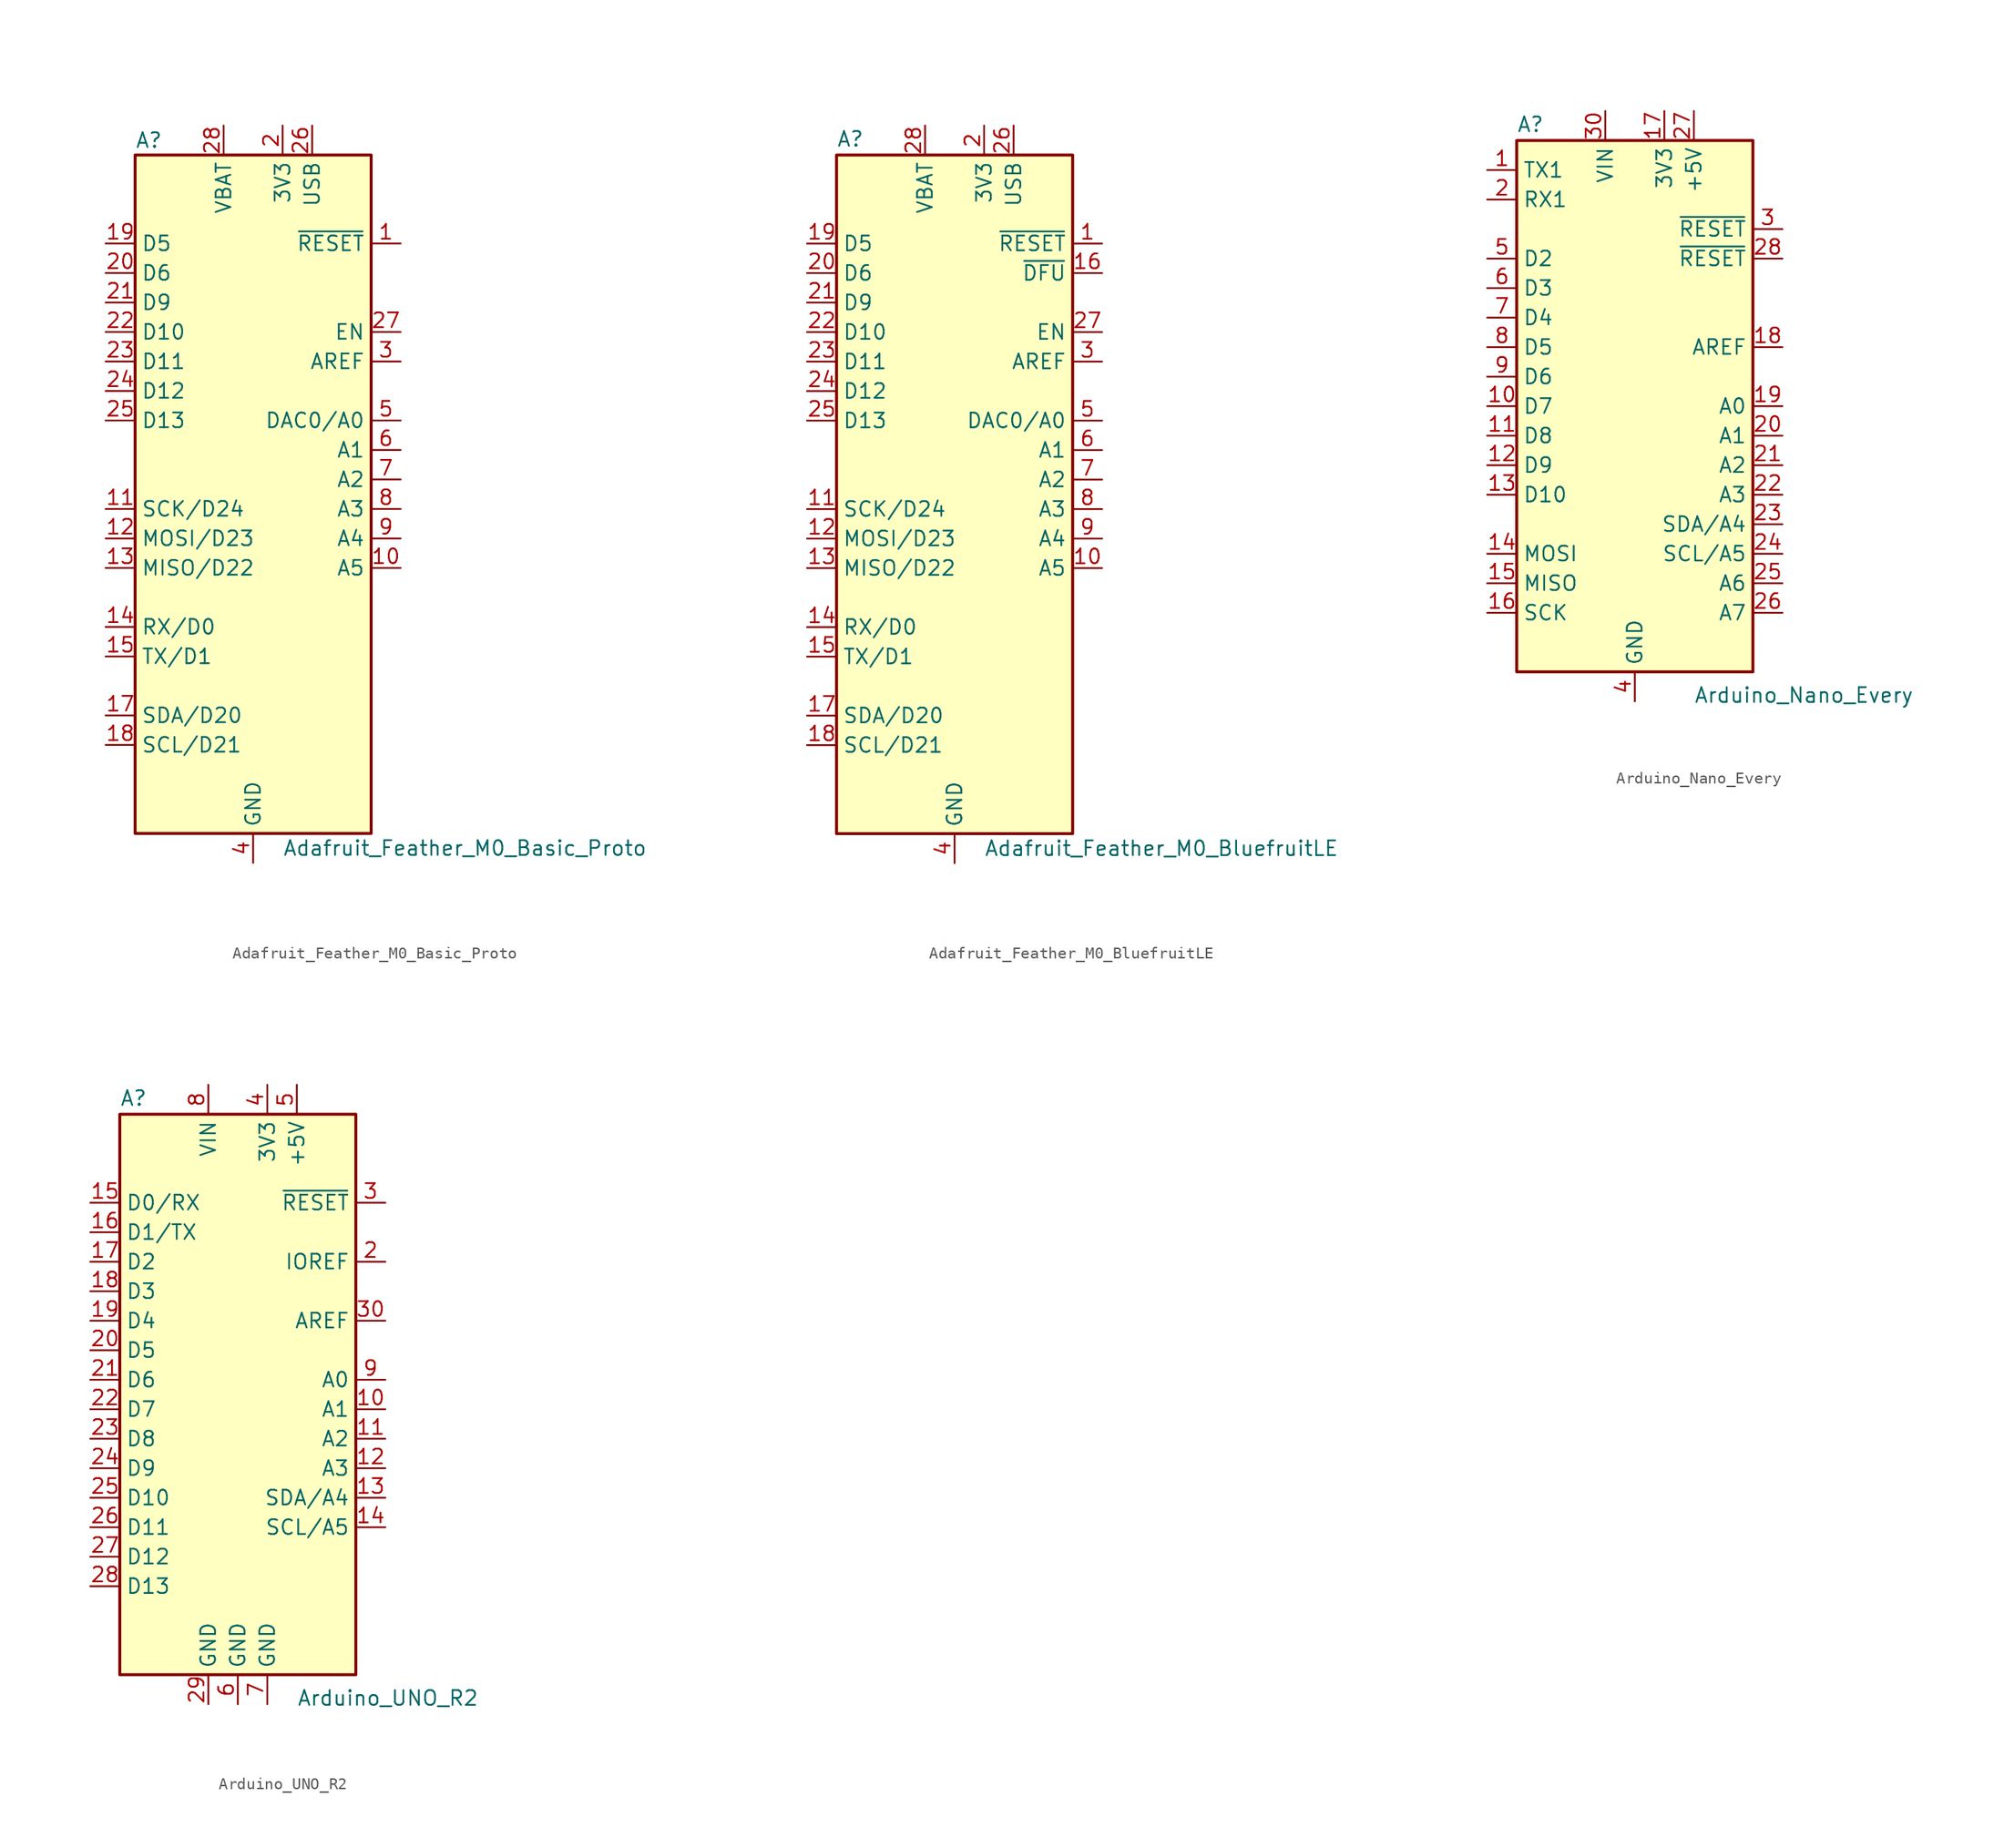
<source format=kicad_sym>
(kicad_symbol_lib
  (version 20211014)
  (generator kicad_symbol_editor)
  (symbol "Adafruit_Feather_M0_Basic_Proto"
    (property "Reference" "A"
      (at -10.16 29.21 0)
      (effects (font (size 1.27 1.27)) (justify left)))
    (property "Value" "Adafruit_Feather_M0_Basic_Proto"
      (at 2.54 -31.75 0)
      (effects (font (size 1.27 1.27)) (justify left)))
    (symbol "Adafruit_Feather_M0_Basic_Proto_0_1"
      (rectangle (start -10.16 27.94) (end 10.16 -30.48) (stroke (width 0.254) (type default) (color 0 0 0 0)) (fill (type background))))
    (symbol "Adafruit_Feather_M0_Basic_Proto_1_1"
      (pin input line (at 12.7 20.32 180) (length 2.54) (name "~{RESET}" (effects (font (size 1.27 1.27)))) (number "1" (effects (font (size 1.27 1.27)))))
      (pin bidirectional line (at 12.7 -7.62 180) (length 2.54) (name "A5" (effects (font (size 1.27 1.27)))) (number "10" (effects (font (size 1.27 1.27)))))
      (pin bidirectional line (at -12.7 -2.54 0) (length 2.54) (name "SCK/D24" (effects (font (size 1.27 1.27)))) (number "11" (effects (font (size 1.27 1.27)))))
      (pin bidirectional line (at -12.7 -5.08 0) (length 2.54) (name "MOSI/D23" (effects (font (size 1.27 1.27)))) (number "12" (effects (font (size 1.27 1.27)))))
      (pin bidirectional line (at -12.7 -7.62 0) (length 2.54) (name "MISO/D22" (effects (font (size 1.27 1.27)))) (number "13" (effects (font (size 1.27 1.27)))))
      (pin bidirectional line (at -12.7 -12.7 0) (length 2.54) (name "RX/D0" (effects (font (size 1.27 1.27)))) (number "14" (effects (font (size 1.27 1.27)))))
      (pin bidirectional line (at -12.7 -15.24 0) (length 2.54) (name "TX/D1" (effects (font (size 1.27 1.27)))) (number "15" (effects (font (size 1.27 1.27)))))
      (pin passive line (at 0 -33.02 90) (length 2.54) hide (name "GND" (effects (font (size 1.27 1.27)))) (number "16" (effects (font (size 1.27 1.27)))))
      (pin bidirectional line (at -12.7 -20.32 0) (length 2.54) (name "SDA/D20" (effects (font (size 1.27 1.27)))) (number "17" (effects (font (size 1.27 1.27)))))
      (pin bidirectional line (at -12.7 -22.86 0) (length 2.54) (name "SCL/D21" (effects (font (size 1.27 1.27)))) (number "18" (effects (font (size 1.27 1.27)))))
      (pin bidirectional line (at -12.7 20.32 0) (length 2.54) (name "D5" (effects (font (size 1.27 1.27)))) (number "19" (effects (font (size 1.27 1.27)))))
      (pin power_in line (at 2.54 30.48 270) (length 2.54) (name "3V3" (effects (font (size 1.27 1.27)))) (number "2" (effects (font (size 1.27 1.27)))))
      (pin bidirectional line (at -12.7 17.78 0) (length 2.54) (name "D6" (effects (font (size 1.27 1.27)))) (number "20" (effects (font (size 1.27 1.27)))))
      (pin bidirectional line (at -12.7 15.24 0) (length 2.54) (name "D9" (effects (font (size 1.27 1.27)))) (number "21" (effects (font (size 1.27 1.27)))))
      (pin bidirectional line (at -12.7 12.7 0) (length 2.54) (name "D10" (effects (font (size 1.27 1.27)))) (number "22" (effects (font (size 1.27 1.27)))))
      (pin bidirectional line (at -12.7 10.16 0) (length 2.54) (name "D11" (effects (font (size 1.27 1.27)))) (number "23" (effects (font (size 1.27 1.27)))))
      (pin bidirectional line (at -12.7 7.62 0) (length 2.54) (name "D12" (effects (font (size 1.27 1.27)))) (number "24" (effects (font (size 1.27 1.27)))))
      (pin bidirectional line (at -12.7 5.08 0) (length 2.54) (name "D13" (effects (font (size 1.27 1.27)))) (number "25" (effects (font (size 1.27 1.27)))))
      (pin power_in line (at 5.08 30.48 270) (length 2.54) (name "USB" (effects (font (size 1.27 1.27)))) (number "26" (effects (font (size 1.27 1.27)))))
      (pin input line (at 12.7 12.7 180) (length 2.54) (name "EN" (effects (font (size 1.27 1.27)))) (number "27" (effects (font (size 1.27 1.27)))))
      (pin power_in line (at -2.54 30.48 270) (length 2.54) (name "VBAT" (effects (font (size 1.27 1.27)))) (number "28" (effects (font (size 1.27 1.27)))))
      (pin input line (at 12.7 10.16 180) (length 2.54) (name "AREF" (effects (font (size 1.27 1.27)))) (number "3" (effects (font (size 1.27 1.27)))))
      (pin power_in line (at 0 -33.02 90) (length 2.54) (name "GND" (effects (font (size 1.27 1.27)))) (number "4" (effects (font (size 1.27 1.27)))))
      (pin bidirectional line (at 12.7 5.08 180) (length 2.54) (name "DAC0/A0" (effects (font (size 1.27 1.27)))) (number "5" (effects (font (size 1.27 1.27)))))
      (pin bidirectional line (at 12.7 2.54 180) (length 2.54) (name "A1" (effects (font (size 1.27 1.27)))) (number "6" (effects (font (size 1.27 1.27)))))
      (pin bidirectional line (at 12.7 0 180) (length 2.54) (name "A2" (effects (font (size 1.27 1.27)))) (number "7" (effects (font (size 1.27 1.27)))))
      (pin bidirectional line (at 12.7 -2.54 180) (length 2.54) (name "A3" (effects (font (size 1.27 1.27)))) (number "8" (effects (font (size 1.27 1.27)))))
      (pin bidirectional line (at 12.7 -5.08 180) (length 2.54) (name "A4" (effects (font (size 1.27 1.27)))) (number "9" (effects (font (size 1.27 1.27)))))))
  (symbol "Adafruit_Feather_M0_BluefruitLE"
    (property "Reference" "A"
      (at -10.16 28.575 0)
      (effects (font (size 1.27 1.27)) (justify left bottom)))
    (property "Value" "Adafruit_Feather_M0_BluefruitLE"
      (at 2.54 -31.75 0)
      (effects (font (size 1.27 1.27)) (justify left)))
    (symbol "Adafruit_Feather_M0_BluefruitLE_0_1"
      (rectangle (start -10.16 27.94) (end 10.16 -30.48) (stroke (width 0.254) (type default) (color 0 0 0 0)) (fill (type background))))
    (symbol "Adafruit_Feather_M0_BluefruitLE_1_1"
      (pin input line (at 12.7 20.32 180) (length 2.54) (name "~{RESET}" (effects (font (size 1.27 1.27)))) (number "1" (effects (font (size 1.27 1.27)))))
      (pin bidirectional line (at 12.7 -7.62 180) (length 2.54) (name "A5" (effects (font (size 1.27 1.27)))) (number "10" (effects (font (size 1.27 1.27)))))
      (pin bidirectional line (at -12.7 -2.54 0) (length 2.54) (name "SCK/D24" (effects (font (size 1.27 1.27)))) (number "11" (effects (font (size 1.27 1.27)))))
      (pin bidirectional line (at -12.7 -5.08 0) (length 2.54) (name "MOSI/D23" (effects (font (size 1.27 1.27)))) (number "12" (effects (font (size 1.27 1.27)))))
      (pin bidirectional line (at -12.7 -7.62 0) (length 2.54) (name "MISO/D22" (effects (font (size 1.27 1.27)))) (number "13" (effects (font (size 1.27 1.27)))))
      (pin bidirectional line (at -12.7 -12.7 0) (length 2.54) (name "RX/D0" (effects (font (size 1.27 1.27)))) (number "14" (effects (font (size 1.27 1.27)))))
      (pin bidirectional line (at -12.7 -15.24 0) (length 2.54) (name "TX/D1" (effects (font (size 1.27 1.27)))) (number "15" (effects (font (size 1.27 1.27)))))
      (pin input line (at 12.7 17.78 180) (length 2.54) (name "~{DFU}" (effects (font (size 1.27 1.27)))) (number "16" (effects (font (size 1.27 1.27)))))
      (pin bidirectional line (at -12.7 -20.32 0) (length 2.54) (name "SDA/D20" (effects (font (size 1.27 1.27)))) (number "17" (effects (font (size 1.27 1.27)))))
      (pin bidirectional line (at -12.7 -22.86 0) (length 2.54) (name "SCL/D21" (effects (font (size 1.27 1.27)))) (number "18" (effects (font (size 1.27 1.27)))))
      (pin bidirectional line (at -12.7 20.32 0) (length 2.54) (name "D5" (effects (font (size 1.27 1.27)))) (number "19" (effects (font (size 1.27 1.27)))))
      (pin power_in line (at 2.54 30.48 270) (length 2.54) (name "3V3" (effects (font (size 1.27 1.27)))) (number "2" (effects (font (size 1.27 1.27)))))
      (pin bidirectional line (at -12.7 17.78 0) (length 2.54) (name "D6" (effects (font (size 1.27 1.27)))) (number "20" (effects (font (size 1.27 1.27)))))
      (pin bidirectional line (at -12.7 15.24 0) (length 2.54) (name "D9" (effects (font (size 1.27 1.27)))) (number "21" (effects (font (size 1.27 1.27)))))
      (pin bidirectional line (at -12.7 12.7 0) (length 2.54) (name "D10" (effects (font (size 1.27 1.27)))) (number "22" (effects (font (size 1.27 1.27)))))
      (pin bidirectional line (at -12.7 10.16 0) (length 2.54) (name "D11" (effects (font (size 1.27 1.27)))) (number "23" (effects (font (size 1.27 1.27)))))
      (pin bidirectional line (at -12.7 7.62 0) (length 2.54) (name "D12" (effects (font (size 1.27 1.27)))) (number "24" (effects (font (size 1.27 1.27)))))
      (pin bidirectional line (at -12.7 5.08 0) (length 2.54) (name "D13" (effects (font (size 1.27 1.27)))) (number "25" (effects (font (size 1.27 1.27)))))
      (pin power_in line (at 5.08 30.48 270) (length 2.54) (name "USB" (effects (font (size 1.27 1.27)))) (number "26" (effects (font (size 1.27 1.27)))))
      (pin input line (at 12.7 12.7 180) (length 2.54) (name "EN" (effects (font (size 1.27 1.27)))) (number "27" (effects (font (size 1.27 1.27)))))
      (pin power_in line (at -2.54 30.48 270) (length 2.54) (name "VBAT" (effects (font (size 1.27 1.27)))) (number "28" (effects (font (size 1.27 1.27)))))
      (pin input line (at 12.7 10.16 180) (length 2.54) (name "AREF" (effects (font (size 1.27 1.27)))) (number "3" (effects (font (size 1.27 1.27)))))
      (pin power_in line (at 0 -33.02 90) (length 2.54) (name "GND" (effects (font (size 1.27 1.27)))) (number "4" (effects (font (size 1.27 1.27)))))
      (pin bidirectional line (at 12.7 5.08 180) (length 2.54) (name "DAC0/A0" (effects (font (size 1.27 1.27)))) (number "5" (effects (font (size 1.27 1.27)))))
      (pin bidirectional line (at 12.7 2.54 180) (length 2.54) (name "A1" (effects (font (size 1.27 1.27)))) (number "6" (effects (font (size 1.27 1.27)))))
      (pin bidirectional line (at 12.7 0 180) (length 2.54) (name "A2" (effects (font (size 1.27 1.27)))) (number "7" (effects (font (size 1.27 1.27)))))
      (pin bidirectional line (at 12.7 -2.54 180) (length 2.54) (name "A3" (effects (font (size 1.27 1.27)))) (number "8" (effects (font (size 1.27 1.27)))))
      (pin bidirectional line (at 12.7 -5.08 180) (length 2.54) (name "A4" (effects (font (size 1.27 1.27)))) (number "9" (effects (font (size 1.27 1.27)))))))
  (symbol "Arduino_Nano_Every"
    (property "Reference" "A"
      (at -10.16 23.495 0)
      (effects (font (size 1.27 1.27)) (justify left bottom)))
    (property "Value" "Arduino_Nano_Every"
      (at 5.08 -24.13 0)
      (effects (font (size 1.27 1.27)) (justify left top)))
    (symbol "Arduino_Nano_Every_0_1"
      (rectangle (start -10.16 22.86) (end 10.16 -22.86) (stroke (width 0.254) (type default) (color 0 0 0 0)) (fill (type background))))
    (symbol "Arduino_Nano_Every_1_1"
      (pin bidirectional line (at -12.7 20.32 0) (length 2.54) (name "TX1" (effects (font (size 1.27 1.27)))) (number "1" (effects (font (size 1.27 1.27)))))
      (pin bidirectional line (at -12.7 0 0) (length 2.54) (name "D7" (effects (font (size 1.27 1.27)))) (number "10" (effects (font (size 1.27 1.27)))))
      (pin bidirectional line (at -12.7 -2.54 0) (length 2.54) (name "D8" (effects (font (size 1.27 1.27)))) (number "11" (effects (font (size 1.27 1.27)))))
      (pin bidirectional line (at -12.7 -5.08 0) (length 2.54) (name "D9" (effects (font (size 1.27 1.27)))) (number "12" (effects (font (size 1.27 1.27)))))
      (pin bidirectional line (at -12.7 -7.62 0) (length 2.54) (name "D10" (effects (font (size 1.27 1.27)))) (number "13" (effects (font (size 1.27 1.27)))))
      (pin bidirectional line (at -12.7 -12.7 0) (length 2.54) (name "MOSI" (effects (font (size 1.27 1.27)))) (number "14" (effects (font (size 1.27 1.27)))))
      (pin bidirectional line (at -12.7 -15.24 0) (length 2.54) (name "MISO" (effects (font (size 1.27 1.27)))) (number "15" (effects (font (size 1.27 1.27)))))
      (pin bidirectional line (at -12.7 -17.78 0) (length 2.54) (name "SCK" (effects (font (size 1.27 1.27)))) (number "16" (effects (font (size 1.27 1.27)))))
      (pin power_out line (at 2.54 25.4 270) (length 2.54) (name "3V3" (effects (font (size 1.27 1.27)))) (number "17" (effects (font (size 1.27 1.27)))))
      (pin input line (at 12.7 5.08 180) (length 2.54) (name "AREF" (effects (font (size 1.27 1.27)))) (number "18" (effects (font (size 1.27 1.27)))))
      (pin bidirectional line (at 12.7 0 180) (length 2.54) (name "A0" (effects (font (size 1.27 1.27)))) (number "19" (effects (font (size 1.27 1.27)))))
      (pin bidirectional line (at -12.7 17.78 0) (length 2.54) (name "RX1" (effects (font (size 1.27 1.27)))) (number "2" (effects (font (size 1.27 1.27)))))
      (pin bidirectional line (at 12.7 -2.54 180) (length 2.54) (name "A1" (effects (font (size 1.27 1.27)))) (number "20" (effects (font (size 1.27 1.27)))))
      (pin bidirectional line (at 12.7 -5.08 180) (length 2.54) (name "A2" (effects (font (size 1.27 1.27)))) (number "21" (effects (font (size 1.27 1.27)))))
      (pin bidirectional line (at 12.7 -7.62 180) (length 2.54) (name "A3" (effects (font (size 1.27 1.27)))) (number "22" (effects (font (size 1.27 1.27)))))
      (pin bidirectional line (at 12.7 -10.16 180) (length 2.54) (name "SDA/A4" (effects (font (size 1.27 1.27)))) (number "23" (effects (font (size 1.27 1.27)))))
      (pin bidirectional line (at 12.7 -12.7 180) (length 2.54) (name "SCL/A5" (effects (font (size 1.27 1.27)))) (number "24" (effects (font (size 1.27 1.27)))))
      (pin bidirectional line (at 12.7 -15.24 180) (length 2.54) (name "A6" (effects (font (size 1.27 1.27)))) (number "25" (effects (font (size 1.27 1.27)))))
      (pin bidirectional line (at 12.7 -17.78 180) (length 2.54) (name "A7" (effects (font (size 1.27 1.27)))) (number "26" (effects (font (size 1.27 1.27)))))
      (pin power_out line (at 5.08 25.4 270) (length 2.54) (name "+5V" (effects (font (size 1.27 1.27)))) (number "27" (effects (font (size 1.27 1.27)))))
      (pin input line (at 12.7 12.7 180) (length 2.54) (name "~{RESET}" (effects (font (size 1.27 1.27)))) (number "28" (effects (font (size 1.27 1.27)))))
      (pin passive line (at 0 -25.4 90) (length 2.54) hide (name "GND" (effects (font (size 1.27 1.27)))) (number "29" (effects (font (size 1.27 1.27)))))
      (pin input line (at 12.7 15.24 180) (length 2.54) (name "~{RESET}" (effects (font (size 1.27 1.27)))) (number "3" (effects (font (size 1.27 1.27)))))
      (pin power_in line (at -2.54 25.4 270) (length 2.54) (name "VIN" (effects (font (size 1.27 1.27)))) (number "30" (effects (font (size 1.27 1.27)))))
      (pin power_in line (at 0 -25.4 90) (length 2.54) (name "GND" (effects (font (size 1.27 1.27)))) (number "4" (effects (font (size 1.27 1.27)))))
      (pin bidirectional line (at -12.7 12.7 0) (length 2.54) (name "D2" (effects (font (size 1.27 1.27)))) (number "5" (effects (font (size 1.27 1.27)))))
      (pin bidirectional line (at -12.7 10.16 0) (length 2.54) (name "D3" (effects (font (size 1.27 1.27)))) (number "6" (effects (font (size 1.27 1.27)))))
      (pin bidirectional line (at -12.7 7.62 0) (length 2.54) (name "D4" (effects (font (size 1.27 1.27)))) (number "7" (effects (font (size 1.27 1.27)))))
      (pin bidirectional line (at -12.7 5.08 0) (length 2.54) (name "D5" (effects (font (size 1.27 1.27)))) (number "8" (effects (font (size 1.27 1.27)))))
      (pin bidirectional line (at -12.7 2.54 0) (length 2.54) (name "D6" (effects (font (size 1.27 1.27)))) (number "9" (effects (font (size 1.27 1.27)))))))
  (symbol "Arduino_UNO_R2"
    (property "Reference" "A"
      (at -10.16 23.495 0)
      (effects (font (size 1.27 1.27)) (justify left bottom)))
    (property "Value" "Arduino_UNO_R2"
      (at 5.08 -26.67 0)
      (effects (font (size 1.27 1.27)) (justify left top)))
    (symbol "Arduino_UNO_R2_0_1"
      (rectangle (start -10.16 22.86) (end 10.16 -25.4) (stroke (width 0.254) (type default) (color 0 0 0 0)) (fill (type background))))
    (symbol "Arduino_UNO_R2_1_1"
      (pin no_connect line (at -10.16 -20.32 0) (length 2.54) hide (name "NC" (effects (font (size 1.27 1.27)))) (number "1" (effects (font (size 1.27 1.27)))))
      (pin bidirectional line (at 12.7 -2.54 180) (length 2.54) (name "A1" (effects (font (size 1.27 1.27)))) (number "10" (effects (font (size 1.27 1.27)))))
      (pin bidirectional line (at 12.7 -5.08 180) (length 2.54) (name "A2" (effects (font (size 1.27 1.27)))) (number "11" (effects (font (size 1.27 1.27)))))
      (pin bidirectional line (at 12.7 -7.62 180) (length 2.54) (name "A3" (effects (font (size 1.27 1.27)))) (number "12" (effects (font (size 1.27 1.27)))))
      (pin bidirectional line (at 12.7 -10.16 180) (length 2.54) (name "SDA/A4" (effects (font (size 1.27 1.27)))) (number "13" (effects (font (size 1.27 1.27)))))
      (pin bidirectional line (at 12.7 -12.7 180) (length 2.54) (name "SCL/A5" (effects (font (size 1.27 1.27)))) (number "14" (effects (font (size 1.27 1.27)))))
      (pin bidirectional line (at -12.7 15.24 0) (length 2.54) (name "D0/RX" (effects (font (size 1.27 1.27)))) (number "15" (effects (font (size 1.27 1.27)))))
      (pin bidirectional line (at -12.7 12.7 0) (length 2.54) (name "D1/TX" (effects (font (size 1.27 1.27)))) (number "16" (effects (font (size 1.27 1.27)))))
      (pin bidirectional line (at -12.7 10.16 0) (length 2.54) (name "D2" (effects (font (size 1.27 1.27)))) (number "17" (effects (font (size 1.27 1.27)))))
      (pin bidirectional line (at -12.7 7.62 0) (length 2.54) (name "D3" (effects (font (size 1.27 1.27)))) (number "18" (effects (font (size 1.27 1.27)))))
      (pin bidirectional line (at -12.7 5.08 0) (length 2.54) (name "D4" (effects (font (size 1.27 1.27)))) (number "19" (effects (font (size 1.27 1.27)))))
      (pin output line (at 12.7 10.16 180) (length 2.54) (name "IOREF" (effects (font (size 1.27 1.27)))) (number "2" (effects (font (size 1.27 1.27)))))
      (pin bidirectional line (at -12.7 2.54 0) (length 2.54) (name "D5" (effects (font (size 1.27 1.27)))) (number "20" (effects (font (size 1.27 1.27)))))
      (pin bidirectional line (at -12.7 0 0) (length 2.54) (name "D6" (effects (font (size 1.27 1.27)))) (number "21" (effects (font (size 1.27 1.27)))))
      (pin bidirectional line (at -12.7 -2.54 0) (length 2.54) (name "D7" (effects (font (size 1.27 1.27)))) (number "22" (effects (font (size 1.27 1.27)))))
      (pin bidirectional line (at -12.7 -5.08 0) (length 2.54) (name "D8" (effects (font (size 1.27 1.27)))) (number "23" (effects (font (size 1.27 1.27)))))
      (pin bidirectional line (at -12.7 -7.62 0) (length 2.54) (name "D9" (effects (font (size 1.27 1.27)))) (number "24" (effects (font (size 1.27 1.27)))))
      (pin bidirectional line (at -12.7 -10.16 0) (length 2.54) (name "D10" (effects (font (size 1.27 1.27)))) (number "25" (effects (font (size 1.27 1.27)))))
      (pin bidirectional line (at -12.7 -12.7 0) (length 2.54) (name "D11" (effects (font (size 1.27 1.27)))) (number "26" (effects (font (size 1.27 1.27)))))
      (pin bidirectional line (at -12.7 -15.24 0) (length 2.54) (name "D12" (effects (font (size 1.27 1.27)))) (number "27" (effects (font (size 1.27 1.27)))))
      (pin bidirectional line (at -12.7 -17.78 0) (length 2.54) (name "D13" (effects (font (size 1.27 1.27)))) (number "28" (effects (font (size 1.27 1.27)))))
      (pin power_in line (at -2.54 -27.94 90) (length 2.54) (name "GND" (effects (font (size 1.27 1.27)))) (number "29" (effects (font (size 1.27 1.27)))))
      (pin input line (at 12.7 15.24 180) (length 2.54) (name "~{RESET}" (effects (font (size 1.27 1.27)))) (number "3" (effects (font (size 1.27 1.27)))))
      (pin input line (at 12.7 5.08 180) (length 2.54) (name "AREF" (effects (font (size 1.27 1.27)))) (number "30" (effects (font (size 1.27 1.27)))))
      (pin power_out line (at 2.54 25.4 270) (length 2.54) (name "3V3" (effects (font (size 1.27 1.27)))) (number "4" (effects (font (size 1.27 1.27)))))
      (pin power_out line (at 5.08 25.4 270) (length 2.54) (name "+5V" (effects (font (size 1.27 1.27)))) (number "5" (effects (font (size 1.27 1.27)))))
      (pin power_in line (at 0 -27.94 90) (length 2.54) (name "GND" (effects (font (size 1.27 1.27)))) (number "6" (effects (font (size 1.27 1.27)))))
      (pin power_in line (at 2.54 -27.94 90) (length 2.54) (name "GND" (effects (font (size 1.27 1.27)))) (number "7" (effects (font (size 1.27 1.27)))))
      (pin power_in line (at -2.54 25.4 270) (length 2.54) (name "VIN" (effects (font (size 1.27 1.27)))) (number "8" (effects (font (size 1.27 1.27)))))
      (pin bidirectional line (at 12.7 0 180) (length 2.54) (name "A0" (effects (font (size 1.27 1.27)))) (number "9" (effects (font (size 1.27 1.27))))))))
</source>
